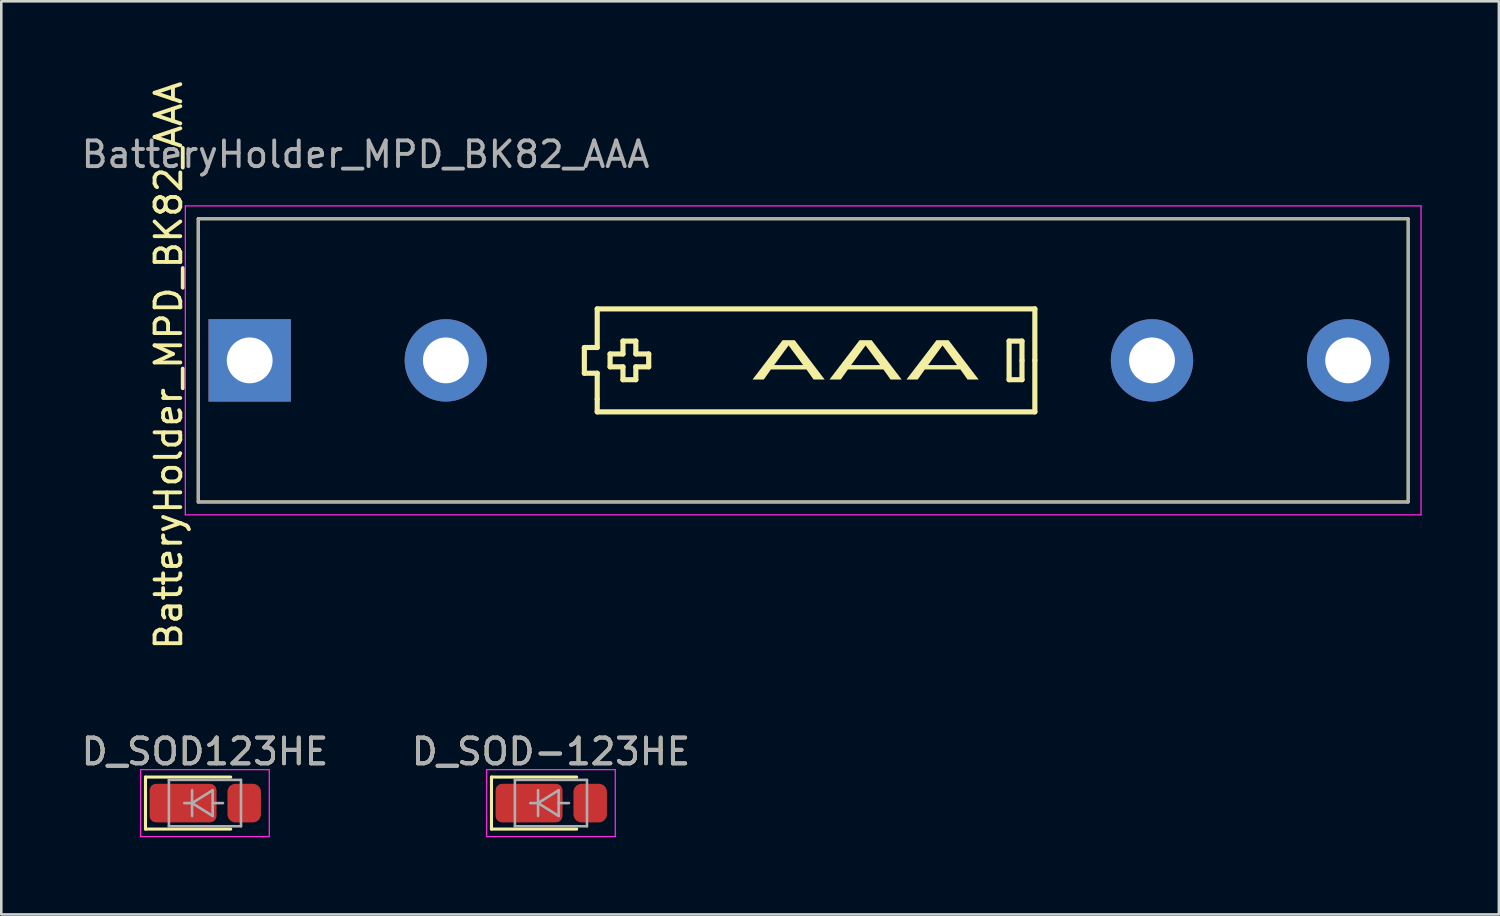
<source format=kicad_pcb>
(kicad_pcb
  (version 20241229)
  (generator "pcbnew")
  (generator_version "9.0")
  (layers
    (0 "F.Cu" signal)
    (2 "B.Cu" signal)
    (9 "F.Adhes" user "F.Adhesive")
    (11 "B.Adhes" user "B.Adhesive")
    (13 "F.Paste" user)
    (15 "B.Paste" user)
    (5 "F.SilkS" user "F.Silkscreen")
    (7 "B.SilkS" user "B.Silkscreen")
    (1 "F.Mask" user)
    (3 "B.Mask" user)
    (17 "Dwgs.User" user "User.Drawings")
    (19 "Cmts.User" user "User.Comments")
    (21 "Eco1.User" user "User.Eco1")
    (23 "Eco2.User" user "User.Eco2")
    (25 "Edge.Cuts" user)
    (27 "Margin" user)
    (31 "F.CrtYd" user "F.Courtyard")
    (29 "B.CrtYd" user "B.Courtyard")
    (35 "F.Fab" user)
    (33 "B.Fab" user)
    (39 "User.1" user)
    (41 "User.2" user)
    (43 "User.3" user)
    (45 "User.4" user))
  (footprint "D_SOD123HE"
    (layer "F.Cu")
    (at 4.911 28.146)
    (property "Reference" "D_SOD123HE" (at 0 -2 0) (layer "F.SilkS") (effects (font (size 1 1) (thickness 0.15))))
    (attr smd)
    (fp_line (start -2.31 1.01) (end -2.31 -1.01) (stroke (width 0.12) (type solid)) (layer "F.SilkS"))
    (fp_line (start -2.31 1.01) (end 1 1.01) (stroke (width 0.12) (type solid)) (layer "F.SilkS"))
    (fp_line (start 1 -1.01) (end -2.31 -1.01) (stroke (width 0.12) (type solid)) (layer "F.SilkS"))
    (fp_line (start -2.5 -1.3) (end 2.5 -1.3) (stroke (width 0.05) (type solid)) (layer "F.CrtYd"))
    (fp_line (start -2.5 1.3) (end -2.5 -1.3) (stroke (width 0.05) (type solid)) (layer "F.CrtYd"))
    (fp_line (start 2.5 -1.3) (end 2.5 1.3) (stroke (width 0.05) (type solid)) (layer "F.CrtYd"))
    (fp_line (start 2.5 1.3) (end -2.5 1.3) (stroke (width 0.05) (type solid)) (layer "F.CrtYd"))
    (fp_line (start -1.4 -0.9) (end 1.4 -0.9) (stroke (width 0.1) (type solid)) (layer "F.Fab"))
    (fp_line (start -1.4 0.9) (end -1.4 -0.9) (stroke (width 0.1) (type solid)) (layer "F.Fab"))
    (fp_line (start -0.8 0) (end -0.5 0) (stroke (width 0.1) (type solid)) (layer "F.Fab"))
    (fp_line (start -0.5 0) (end -0.5 -0.5) (stroke (width 0.1) (type solid)) (layer "F.Fab"))
    (fp_line (start -0.5 0) (end -0.5 0.5) (stroke (width 0.1) (type solid)) (layer "F.Fab"))
    (fp_line (start -0.5 0) (end 0.3 0.5) (stroke (width 0.1) (type solid)) (layer "F.Fab"))
    (fp_line (start 0.3 -0.5) (end -0.5 0) (stroke (width 0.1) (type solid)) (layer "F.Fab"))
    (fp_line (start 0.3 0) (end 0.7 0) (stroke (width 0.1) (type solid)) (layer "F.Fab"))
    (fp_line (start 0.3 0.5) (end 0.3 -0.5) (stroke (width 0.1) (type solid)) (layer "F.Fab"))
    (fp_line (start 1.4 -0.9) (end 1.4 0.9) (stroke (width 0.1) (type solid)) (layer "F.Fab"))
    (fp_line (start 1.4 0.9) (end -1.4 0.9) (stroke (width 0.1) (type solid)) (layer "F.Fab"))
    (fp_text user "${REFERENCE}" (at 0 -2 0) (layer "F.Fab") (effects (font (size 1 1) (thickness 0.15))))
    (pad "1" smd roundrect (at -0.85 0 180) (size 2.6 1.5) (layers "F.Cu" "F.Mask" "F.Paste") (roundrect_rratio 0.167))
    (pad "2" smd roundrect (at 1.525 0 180) (size 1.3 1.5) (layers "F.Cu" "F.Mask" "F.Paste") (roundrect_rratio 0.238)))
  (footprint "D_SOD-123HE"
    (layer "F.Cu")
    (at 18.351 28.146)
    (property "Reference" "D_SOD-123HE" (at 0 -2 0) (layer "F.SilkS") (effects (font (size 1 1) (thickness 0.15))))
    (attr smd)
    (fp_line (start -2.31 1.01) (end -2.31 -1.01) (stroke (width 0.12) (type solid)) (layer "F.SilkS"))
    (fp_line (start -2.31 1.01) (end 1 1.01) (stroke (width 0.12) (type solid)) (layer "F.SilkS"))
    (fp_line (start 1 -1.01) (end -2.31 -1.01) (stroke (width 0.12) (type solid)) (layer "F.SilkS"))
    (fp_line (start -2.5 -1.3) (end 2.5 -1.3) (stroke (width 0.05) (type solid)) (layer "F.CrtYd"))
    (fp_line (start -2.5 1.3) (end -2.5 -1.3) (stroke (width 0.05) (type solid)) (layer "F.CrtYd"))
    (fp_line (start 2.5 -1.3) (end 2.5 1.3) (stroke (width 0.05) (type solid)) (layer "F.CrtYd"))
    (fp_line (start 2.5 1.3) (end -2.5 1.3) (stroke (width 0.05) (type solid)) (layer "F.CrtYd"))
    (fp_line (start -1.4 -0.9) (end 1.4 -0.9) (stroke (width 0.1) (type solid)) (layer "F.Fab"))
    (fp_line (start -1.4 0.9) (end -1.4 -0.9) (stroke (width 0.1) (type solid)) (layer "F.Fab"))
    (fp_line (start -0.8 0) (end -0.5 0) (stroke (width 0.1) (type solid)) (layer "F.Fab"))
    (fp_line (start -0.5 0) (end -0.5 -0.5) (stroke (width 0.1) (type solid)) (layer "F.Fab"))
    (fp_line (start -0.5 0) (end -0.5 0.5) (stroke (width 0.1) (type solid)) (layer "F.Fab"))
    (fp_line (start -0.5 0) (end 0.3 0.5) (stroke (width 0.1) (type solid)) (layer "F.Fab"))
    (fp_line (start 0.3 -0.5) (end -0.5 0) (stroke (width 0.1) (type solid)) (layer "F.Fab"))
    (fp_line (start 0.3 0) (end 0.7 0) (stroke (width 0.1) (type solid)) (layer "F.Fab"))
    (fp_line (start 0.3 0.5) (end 0.3 -0.5) (stroke (width 0.1) (type solid)) (layer "F.Fab"))
    (fp_line (start 1.4 -0.9) (end 1.4 0.9) (stroke (width 0.1) (type solid)) (layer "F.Fab"))
    (fp_line (start 1.4 0.9) (end -1.4 0.9) (stroke (width 0.1) (type solid)) (layer "F.Fab"))
    (fp_text user "${REFERENCE}" (at 0 -2 0) (layer "F.Fab") (effects (font (size 1 1) (thickness 0.15))))
    (pad "1" smd roundrect (at -0.85 0 180) (size 2.6 1.5) (layers "F.Cu" "F.Mask" "F.Paste") (roundrect_rratio 0.167))
    (pad "2" smd roundrect (at 1.525 0 180) (size 1.3 1.5) (layers "F.Cu" "F.Mask" "F.Paste") (roundrect_rratio 0.238)))
  (footprint "BatteryHolder_MPD_BK82_AAA"
    (layer "F.Cu")
    (at 6.649 10.949)
    (property "Reference" "BatteryHolder_MPD_BK82_AAA" (at -3.15 0.2 90) (layer "F.SilkS") (effects (font (size 1 1) (thickness 0.15))))
    (attr through_hole)
    (fp_line (start -2 -5.5) (end 45 -5.5) (stroke (width 0.12) (type solid)) (layer "F.SilkS"))
    (fp_line (start -2 5.5) (end -2 -5.5) (stroke (width 0.12) (type solid)) (layer "F.SilkS"))
    (fp_line (start 13 -0.5) (end 13 0.5) (stroke (width 0.2) (type default)) (layer "F.SilkS"))
    (fp_line (start 13 0.5) (end 13.5 0.5) (stroke (width 0.2) (type default)) (layer "F.SilkS"))
    (fp_line (start 13.5 -2) (end 13.5 -0.5) (stroke (width 0.2) (type default)) (layer "F.SilkS"))
    (fp_line (start 13.5 -0.5) (end 13 -0.5) (stroke (width 0.2) (type default)) (layer "F.SilkS"))
    (fp_line (start 13.5 0.5) (end 13.5 1.5) (stroke (width 0.2) (type default)) (layer "F.SilkS"))
    (fp_line (start 13.5 1.5) (end 13.5 2) (stroke (width 0.2) (type default)) (layer "F.SilkS"))
    (fp_line (start 13.5 2) (end 30.5 2) (stroke (width 0.2) (type default)) (layer "F.SilkS"))
    (fp_line (start 14 -0.25) (end 14 0.25) (stroke (width 0.2) (type default)) (layer "F.SilkS"))
    (fp_line (start 14 0.25) (end 14.5 0.25) (stroke (width 0.2) (type default)) (layer "F.SilkS"))
    (fp_line (start 14.5 -0.75) (end 14.5 -0.25) (stroke (width 0.2) (type default)) (layer "F.SilkS"))
    (fp_line (start 14.5 -0.75) (end 15 -0.75) (stroke (width 0.2) (type default)) (layer "F.SilkS"))
    (fp_line (start 14.5 -0.25) (end 14 -0.25) (stroke (width 0.2) (type default)) (layer "F.SilkS"))
    (fp_line (start 14.5 0.25) (end 14.5 0.75) (stroke (width 0.2) (type default)) (layer "F.SilkS"))
    (fp_line (start 14.5 0.75) (end 15 0.75) (stroke (width 0.2) (type default)) (layer "F.SilkS"))
    (fp_line (start 15 -0.75) (end 15 -0.25) (stroke (width 0.2) (type default)) (layer "F.SilkS"))
    (fp_line (start 15 -0.25) (end 15.5 -0.25) (stroke (width 0.2) (type default)) (layer "F.SilkS"))
    (fp_line (start 15 0.25) (end 15.5 0.25) (stroke (width 0.2) (type default)) (layer "F.SilkS"))
    (fp_line (start 15 0.75) (end 15 0.25) (stroke (width 0.2) (type default)) (layer "F.SilkS"))
    (fp_line (start 15.5 0.25) (end 15.5 -0.25) (stroke (width 0.2) (type default)) (layer "F.SilkS"))
    (fp_line (start 29.5 -0.75) (end 29.5 0.75) (stroke (width 0.2) (type default)) (layer "F.SilkS"))
    (fp_line (start 29.5 0.75) (end 30 0.75) (stroke (width 0.2) (type default)) (layer "F.SilkS"))
    (fp_line (start 30 -0.75) (end 29.5 -0.75) (stroke (width 0.2) (type default)) (layer "F.SilkS"))
    (fp_line (start 30 0) (end 30 -0.75) (stroke (width 0.2) (type default)) (layer "F.SilkS"))
    (fp_line (start 30 0.75) (end 30 0) (stroke (width 0.2) (type default)) (layer "F.SilkS"))
    (fp_line (start 30.5 -2) (end 13.5 -2) (stroke (width 0.2) (type default)) (layer "F.SilkS"))
    (fp_line (start 30.5 0) (end 30.5 -2) (stroke (width 0.2) (type default)) (layer "F.SilkS"))
    (fp_line (start 30.5 2) (end 30.5 0) (stroke (width 0.2) (type default)) (layer "F.SilkS"))
    (fp_line (start 45 -5.5) (end 45 5.5) (stroke (width 0.12) (type solid)) (layer "F.SilkS"))
    (fp_line (start 45 5.5) (end -2 5.5) (stroke (width 0.12) (type solid)) (layer "F.SilkS"))
    (fp_line (start -2.5 -6) (end 45.5 -6) (stroke (width 0.05) (type solid)) (layer "F.CrtYd"))
    (fp_line (start -2.5 6) (end -2.5 -6) (stroke (width 0.05) (type solid)) (layer "F.CrtYd"))
    (fp_line (start 45.5 -6) (end 45.5 6) (stroke (width 0.05) (type solid)) (layer "F.CrtYd"))
    (fp_line (start 45.5 6) (end -2.5 6) (stroke (width 0.05) (type solid)) (layer "F.CrtYd"))
    (fp_line (start -2 -5.5) (end 45 -5.5) (stroke (width 0.1) (type solid)) (layer "F.Fab"))
    (fp_line (start -2 5.5) (end -2 -5.5) (stroke (width 0.1) (type solid)) (layer "F.Fab"))
    (fp_line (start 45 -5.5) (end 45 5.5) (stroke (width 0.1) (type solid)) (layer "F.Fab"))
    (fp_line (start 45 5.5) (end -2 5.5) (stroke (width 0.1) (type solid)) (layer "F.Fab"))
    (fp_text user "AAA" (at 19.5 1 0) (unlocked yes) (layer "F.SilkS") (effects (font (face "Bebas Neue") (size 1.5 3) (thickness 0.15)) (justify left bottom)))
    (fp_text user "${REFERENCE}" (at 4.5 -8 180) (layer "F.Fab") (effects (font (size 1 1) (thickness 0.15))))
    (pad "1" thru_hole rect (at 0 0) (size 3.2 3.2) (drill 1.78) (layers "*.Cu" "*.Mask"))
    (pad "1" thru_hole circle (at 7.62 0) (size 3.2 3.2) (drill 1.78) (layers "*.Cu" "*.Mask"))
    (pad "2" thru_hole circle (at 35.05 0) (size 3.2 3.2) (drill 1.78) (layers "*.Cu" "*.Mask"))
    (pad "2" thru_hole circle (at 42.67 0) (size 3.2 3.2) (drill 1.78) (layers "*.Cu" "*.Mask"))
    (zone (net_name "") (layer "F.Cu") (hatch edge 0.5) (connect_pads) (min_thickness 0.25) (filled_areas_thickness no) (keepout (tracks not_allowed) (vias not_allowed) (pads not_allowed) (copperpour not_allowed) (footprints allowed)) (placement (enabled no)) (fill) (polygon (pts (xy 4.149 5.949) (xy 15.649 5.949) (xy 15.649 15.949) (xy 4.149 15.949))))
    (zone (net_name "") (layer "F.Cu") (hatch edge 0.5) (connect_pads) (min_thickness 0.25) (filled_areas_thickness no) (keepout (tracks not_allowed) (vias not_allowed) (pads not_allowed) (copperpour not_allowed) (footprints allowed)) (placement (enabled no)) (fill) (polygon (pts (xy 40.649 5.949) (xy 40.649 15.949) (xy 52.149 15.949) (xy 52.149 5.949)))))
  (gr_rect
    (start -3 -3)
    (end 55.174 32.471)
    (stroke (width 0.1) (type default))
    (fill no)
    (layer "Edge.Cuts")))
</source>
